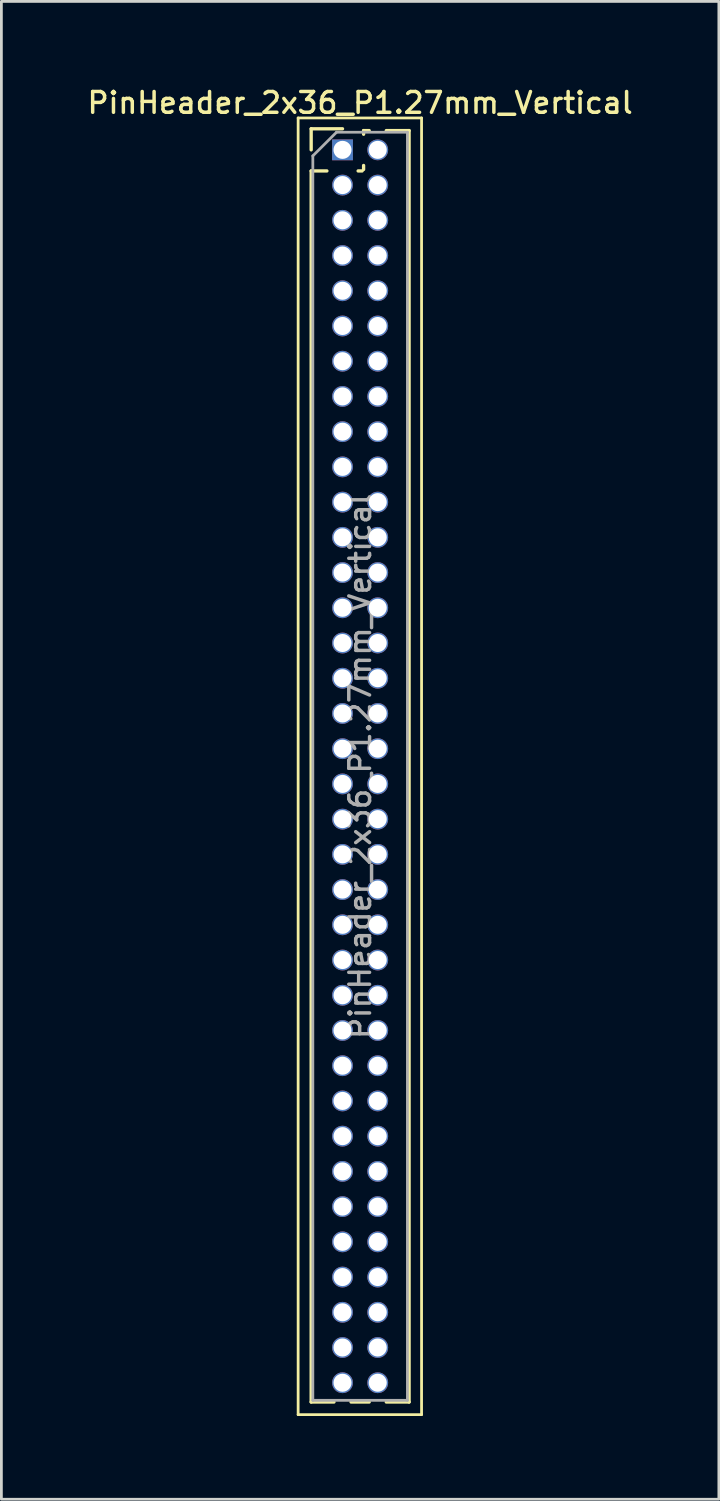
<source format=kicad_pcb>
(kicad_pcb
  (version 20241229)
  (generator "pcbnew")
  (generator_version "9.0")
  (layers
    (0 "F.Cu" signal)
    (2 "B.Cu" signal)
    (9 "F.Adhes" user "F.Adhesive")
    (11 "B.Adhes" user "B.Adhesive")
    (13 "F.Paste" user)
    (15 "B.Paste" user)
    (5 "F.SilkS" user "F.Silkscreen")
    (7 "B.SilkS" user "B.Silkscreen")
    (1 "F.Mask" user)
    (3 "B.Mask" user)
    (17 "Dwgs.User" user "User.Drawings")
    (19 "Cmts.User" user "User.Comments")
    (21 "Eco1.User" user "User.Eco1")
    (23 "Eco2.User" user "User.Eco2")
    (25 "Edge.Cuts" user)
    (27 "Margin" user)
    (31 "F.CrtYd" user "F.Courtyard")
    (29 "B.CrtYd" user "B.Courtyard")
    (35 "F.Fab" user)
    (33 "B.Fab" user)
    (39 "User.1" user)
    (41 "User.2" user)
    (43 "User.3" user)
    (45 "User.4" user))
  (footprint "PinHeader_2x36_P1.27mm_Vertical"
    (layer "F.Cu")
    (at 9.299 2.353)
    (property "Reference" "PinHeader_2x36_P1.27mm_Vertical" (at 0.635 -1.695 0) (layer "F.SilkS") (effects (font (size 0.75 0.75) (thickness 0.125))))
    (attr through_hole)
    (fp_line (start -1.6 -1.15) (end -1.6 45.6) (stroke (width 0.1) (type solid)) (layer "F.SilkS"))
    (fp_line (start -1.6 45.6) (end 2.85 45.6) (stroke (width 0.1) (type solid)) (layer "F.SilkS"))
    (fp_line (start -1.13 -0.76) (end 0 -0.76) (stroke (width 0.12) (type solid)) (layer "F.SilkS"))
    (fp_line (start -1.13 0) (end -1.13 -0.76) (stroke (width 0.12) (type solid)) (layer "F.SilkS"))
    (fp_line (start -1.13 0.76) (end -1.13 45.145) (stroke (width 0.12) (type solid)) (layer "F.SilkS"))
    (fp_line (start -1.13 0.76) (end -0.563 0.76) (stroke (width 0.12) (type solid)) (layer "F.SilkS"))
    (fp_line (start -1.13 45.145) (end -0.308 45.145) (stroke (width 0.12) (type solid)) (layer "F.SilkS"))
    (fp_line (start 0.308 45.145) (end 0.962 45.145) (stroke (width 0.12) (type solid)) (layer "F.SilkS"))
    (fp_line (start 0.563 0.76) (end 0.707 0.76) (stroke (width 0.12) (type solid)) (layer "F.SilkS"))
    (fp_line (start 0.76 -0.695) (end 0.962 -0.695) (stroke (width 0.12) (type solid)) (layer "F.SilkS"))
    (fp_line (start 0.76 -0.563) (end 0.76 -0.695) (stroke (width 0.12) (type solid)) (layer "F.SilkS"))
    (fp_line (start 0.76 0.707) (end 0.76 0.563) (stroke (width 0.12) (type solid)) (layer "F.SilkS"))
    (fp_line (start 1.578 -0.695) (end 2.4 -0.695) (stroke (width 0.12) (type solid)) (layer "F.SilkS"))
    (fp_line (start 1.578 45.145) (end 2.4 45.145) (stroke (width 0.12) (type solid)) (layer "F.SilkS"))
    (fp_line (start 2.4 -0.695) (end 2.4 45.145) (stroke (width 0.12) (type solid)) (layer "F.SilkS"))
    (fp_line (start 2.85 -1.15) (end -1.6 -1.15) (stroke (width 0.1) (type solid)) (layer "F.SilkS"))
    (fp_line (start 2.85 45.6) (end 2.85 -1.15) (stroke (width 0.1) (type solid)) (layer "F.SilkS"))
    (fp_line (start -1.07 0.217) (end -0.217 -0.635) (stroke (width 0.1) (type solid)) (layer "F.Fab"))
    (fp_line (start -1.07 45.085) (end -1.07 0.217) (stroke (width 0.1) (type solid)) (layer "F.Fab"))
    (fp_line (start -0.217 -0.635) (end 2.34 -0.635) (stroke (width 0.1) (type solid)) (layer "F.Fab"))
    (fp_line (start 2.34 -0.635) (end 2.34 45.085) (stroke (width 0.1) (type solid)) (layer "F.Fab"))
    (fp_line (start 2.34 45.085) (end -1.07 45.085) (stroke (width 0.1) (type solid)) (layer "F.Fab"))
    (fp_text user "${REFERENCE}" (at 0.635 22.225 90) (layer "F.Fab") (effects (font (size 0.75 0.75) (thickness 0.125))))
    (pad "1" thru_hole rect (at 0 0) (size 0.75 0.75) (drill 0.65) (layers "*.Cu" "*.Mask"))
    (pad "2" thru_hole oval (at 1.27 0) (size 0.75 0.75) (drill 0.65) (layers "*.Cu" "*.Mask"))
    (pad "3" thru_hole oval (at 0 1.27) (size 0.75 0.75) (drill 0.65) (layers "*.Cu" "*.Mask"))
    (pad "4" thru_hole oval (at 1.27 1.27) (size 0.75 0.75) (drill 0.65) (layers "*.Cu" "*.Mask"))
    (pad "5" thru_hole oval (at 0 2.54) (size 0.75 0.75) (drill 0.65) (layers "*.Cu" "*.Mask"))
    (pad "6" thru_hole oval (at 1.27 2.54) (size 0.75 0.75) (drill 0.65) (layers "*.Cu" "*.Mask"))
    (pad "7" thru_hole oval (at 0 3.81) (size 0.75 0.75) (drill 0.65) (layers "*.Cu" "*.Mask"))
    (pad "8" thru_hole oval (at 1.27 3.81) (size 0.75 0.75) (drill 0.65) (layers "*.Cu" "*.Mask"))
    (pad "9" thru_hole oval (at 0 5.08) (size 0.75 0.75) (drill 0.65) (layers "*.Cu" "*.Mask"))
    (pad "10" thru_hole oval (at 1.27 5.08) (size 0.75 0.75) (drill 0.65) (layers "*.Cu" "*.Mask"))
    (pad "11" thru_hole oval (at 0 6.35) (size 0.75 0.75) (drill 0.65) (layers "*.Cu" "*.Mask"))
    (pad "12" thru_hole oval (at 1.27 6.35) (size 0.75 0.75) (drill 0.65) (layers "*.Cu" "*.Mask"))
    (pad "13" thru_hole oval (at 0 7.62) (size 0.75 0.75) (drill 0.65) (layers "*.Cu" "*.Mask"))
    (pad "14" thru_hole oval (at 1.27 7.62) (size 0.75 0.75) (drill 0.65) (layers "*.Cu" "*.Mask"))
    (pad "15" thru_hole oval (at 0 8.89) (size 0.75 0.75) (drill 0.65) (layers "*.Cu" "*.Mask"))
    (pad "16" thru_hole oval (at 1.27 8.89) (size 0.75 0.75) (drill 0.65) (layers "*.Cu" "*.Mask"))
    (pad "17" thru_hole oval (at 0 10.16) (size 0.75 0.75) (drill 0.65) (layers "*.Cu" "*.Mask"))
    (pad "18" thru_hole oval (at 1.27 10.16) (size 0.75 0.75) (drill 0.65) (layers "*.Cu" "*.Mask"))
    (pad "19" thru_hole oval (at 0 11.43) (size 0.75 0.75) (drill 0.65) (layers "*.Cu" "*.Mask"))
    (pad "20" thru_hole oval (at 1.27 11.43) (size 0.75 0.75) (drill 0.65) (layers "*.Cu" "*.Mask"))
    (pad "21" thru_hole oval (at 0 12.7) (size 0.75 0.75) (drill 0.65) (layers "*.Cu" "*.Mask"))
    (pad "22" thru_hole oval (at 1.27 12.7) (size 0.75 0.75) (drill 0.65) (layers "*.Cu" "*.Mask"))
    (pad "23" thru_hole oval (at 0 13.97) (size 0.75 0.75) (drill 0.65) (layers "*.Cu" "*.Mask"))
    (pad "24" thru_hole oval (at 1.27 13.97) (size 0.75 0.75) (drill 0.65) (layers "*.Cu" "*.Mask"))
    (pad "25" thru_hole oval (at 0 15.24) (size 0.75 0.75) (drill 0.65) (layers "*.Cu" "*.Mask"))
    (pad "26" thru_hole oval (at 1.27 15.24) (size 0.75 0.75) (drill 0.65) (layers "*.Cu" "*.Mask"))
    (pad "27" thru_hole oval (at 0 16.51) (size 0.75 0.75) (drill 0.65) (layers "*.Cu" "*.Mask"))
    (pad "28" thru_hole oval (at 1.27 16.51) (size 0.75 0.75) (drill 0.65) (layers "*.Cu" "*.Mask"))
    (pad "29" thru_hole oval (at 0 17.78) (size 0.75 0.75) (drill 0.65) (layers "*.Cu" "*.Mask"))
    (pad "30" thru_hole oval (at 1.27 17.78) (size 0.75 0.75) (drill 0.65) (layers "*.Cu" "*.Mask"))
    (pad "31" thru_hole oval (at 0 19.05) (size 0.75 0.75) (drill 0.65) (layers "*.Cu" "*.Mask"))
    (pad "32" thru_hole oval (at 1.27 19.05) (size 0.75 0.75) (drill 0.65) (layers "*.Cu" "*.Mask"))
    (pad "33" thru_hole oval (at 0 20.32) (size 0.75 0.75) (drill 0.65) (layers "*.Cu" "*.Mask"))
    (pad "34" thru_hole oval (at 1.27 20.32) (size 0.75 0.75) (drill 0.65) (layers "*.Cu" "*.Mask"))
    (pad "35" thru_hole oval (at 0 21.59) (size 0.75 0.75) (drill 0.65) (layers "*.Cu" "*.Mask"))
    (pad "36" thru_hole oval (at 1.27 21.59) (size 0.75 0.75) (drill 0.65) (layers "*.Cu" "*.Mask"))
    (pad "37" thru_hole oval (at 0 22.86) (size 0.75 0.75) (drill 0.65) (layers "*.Cu" "*.Mask"))
    (pad "38" thru_hole oval (at 1.27 22.86) (size 0.75 0.75) (drill 0.65) (layers "*.Cu" "*.Mask"))
    (pad "39" thru_hole oval (at 0 24.13) (size 0.75 0.75) (drill 0.65) (layers "*.Cu" "*.Mask"))
    (pad "40" thru_hole oval (at 1.27 24.13) (size 0.75 0.75) (drill 0.65) (layers "*.Cu" "*.Mask"))
    (pad "41" thru_hole oval (at 0 25.4) (size 0.75 0.75) (drill 0.65) (layers "*.Cu" "*.Mask"))
    (pad "42" thru_hole oval (at 1.27 25.4) (size 0.75 0.75) (drill 0.65) (layers "*.Cu" "*.Mask"))
    (pad "43" thru_hole oval (at 0 26.67) (size 0.75 0.75) (drill 0.65) (layers "*.Cu" "*.Mask"))
    (pad "44" thru_hole oval (at 1.27 26.67) (size 0.75 0.75) (drill 0.65) (layers "*.Cu" "*.Mask"))
    (pad "45" thru_hole oval (at 0 27.94) (size 0.75 0.75) (drill 0.65) (layers "*.Cu" "*.Mask"))
    (pad "46" thru_hole oval (at 1.27 27.94) (size 0.75 0.75) (drill 0.65) (layers "*.Cu" "*.Mask"))
    (pad "47" thru_hole oval (at 0 29.21) (size 0.75 0.75) (drill 0.65) (layers "*.Cu" "*.Mask"))
    (pad "48" thru_hole oval (at 1.27 29.21) (size 0.75 0.75) (drill 0.65) (layers "*.Cu" "*.Mask"))
    (pad "49" thru_hole oval (at 0 30.48) (size 0.75 0.75) (drill 0.65) (layers "*.Cu" "*.Mask"))
    (pad "50" thru_hole oval (at 1.27 30.48) (size 0.75 0.75) (drill 0.65) (layers "*.Cu" "*.Mask"))
    (pad "51" thru_hole oval (at 0 31.75) (size 0.75 0.75) (drill 0.65) (layers "*.Cu" "*.Mask"))
    (pad "52" thru_hole oval (at 1.27 31.75) (size 0.75 0.75) (drill 0.65) (layers "*.Cu" "*.Mask"))
    (pad "53" thru_hole oval (at 0 33.02) (size 0.75 0.75) (drill 0.65) (layers "*.Cu" "*.Mask"))
    (pad "54" thru_hole oval (at 1.27 33.02) (size 0.75 0.75) (drill 0.65) (layers "*.Cu" "*.Mask"))
    (pad "55" thru_hole oval (at 0 34.29) (size 0.75 0.75) (drill 0.65) (layers "*.Cu" "*.Mask"))
    (pad "56" thru_hole oval (at 1.27 34.29) (size 0.75 0.75) (drill 0.65) (layers "*.Cu" "*.Mask"))
    (pad "57" thru_hole oval (at 0 35.56) (size 0.75 0.75) (drill 0.65) (layers "*.Cu" "*.Mask"))
    (pad "58" thru_hole oval (at 1.27 35.56) (size 0.75 0.75) (drill 0.65) (layers "*.Cu" "*.Mask"))
    (pad "59" thru_hole oval (at 0 36.83) (size 0.75 0.75) (drill 0.65) (layers "*.Cu" "*.Mask"))
    (pad "60" thru_hole oval (at 1.27 36.83) (size 0.75 0.75) (drill 0.65) (layers "*.Cu" "*.Mask"))
    (pad "61" thru_hole oval (at 0 38.1) (size 0.75 0.75) (drill 0.65) (layers "*.Cu" "*.Mask"))
    (pad "62" thru_hole oval (at 1.27 38.1) (size 0.75 0.75) (drill 0.65) (layers "*.Cu" "*.Mask"))
    (pad "63" thru_hole oval (at 0 39.37) (size 0.75 0.75) (drill 0.65) (layers "*.Cu" "*.Mask"))
    (pad "64" thru_hole oval (at 1.27 39.37) (size 0.75 0.75) (drill 0.65) (layers "*.Cu" "*.Mask"))
    (pad "65" thru_hole oval (at 0 40.64) (size 0.75 0.75) (drill 0.65) (layers "*.Cu" "*.Mask"))
    (pad "66" thru_hole oval (at 1.27 40.64) (size 0.75 0.75) (drill 0.65) (layers "*.Cu" "*.Mask"))
    (pad "67" thru_hole oval (at 0 41.91) (size 0.75 0.75) (drill 0.65) (layers "*.Cu" "*.Mask"))
    (pad "68" thru_hole oval (at 1.27 41.91) (size 0.75 0.75) (drill 0.65) (layers "*.Cu" "*.Mask"))
    (pad "69" thru_hole oval (at 0 43.18) (size 0.75 0.75) (drill 0.65) (layers "*.Cu" "*.Mask"))
    (pad "70" thru_hole oval (at 1.27 43.18) (size 0.75 0.75) (drill 0.65) (layers "*.Cu" "*.Mask"))
    (pad "71" thru_hole oval (at 0 44.45) (size 0.75 0.75) (drill 0.65) (layers "*.Cu" "*.Mask"))
    (pad "72" thru_hole oval (at 1.27 44.45) (size 0.75 0.75) (drill 0.65) (layers "*.Cu" "*.Mask")))
  (gr_rect
    (start -3 -3)
    (end 22.868 51.003)
    (stroke (width 0.1) (type default))
    (fill no)
    (layer "Edge.Cuts")))
</source>
